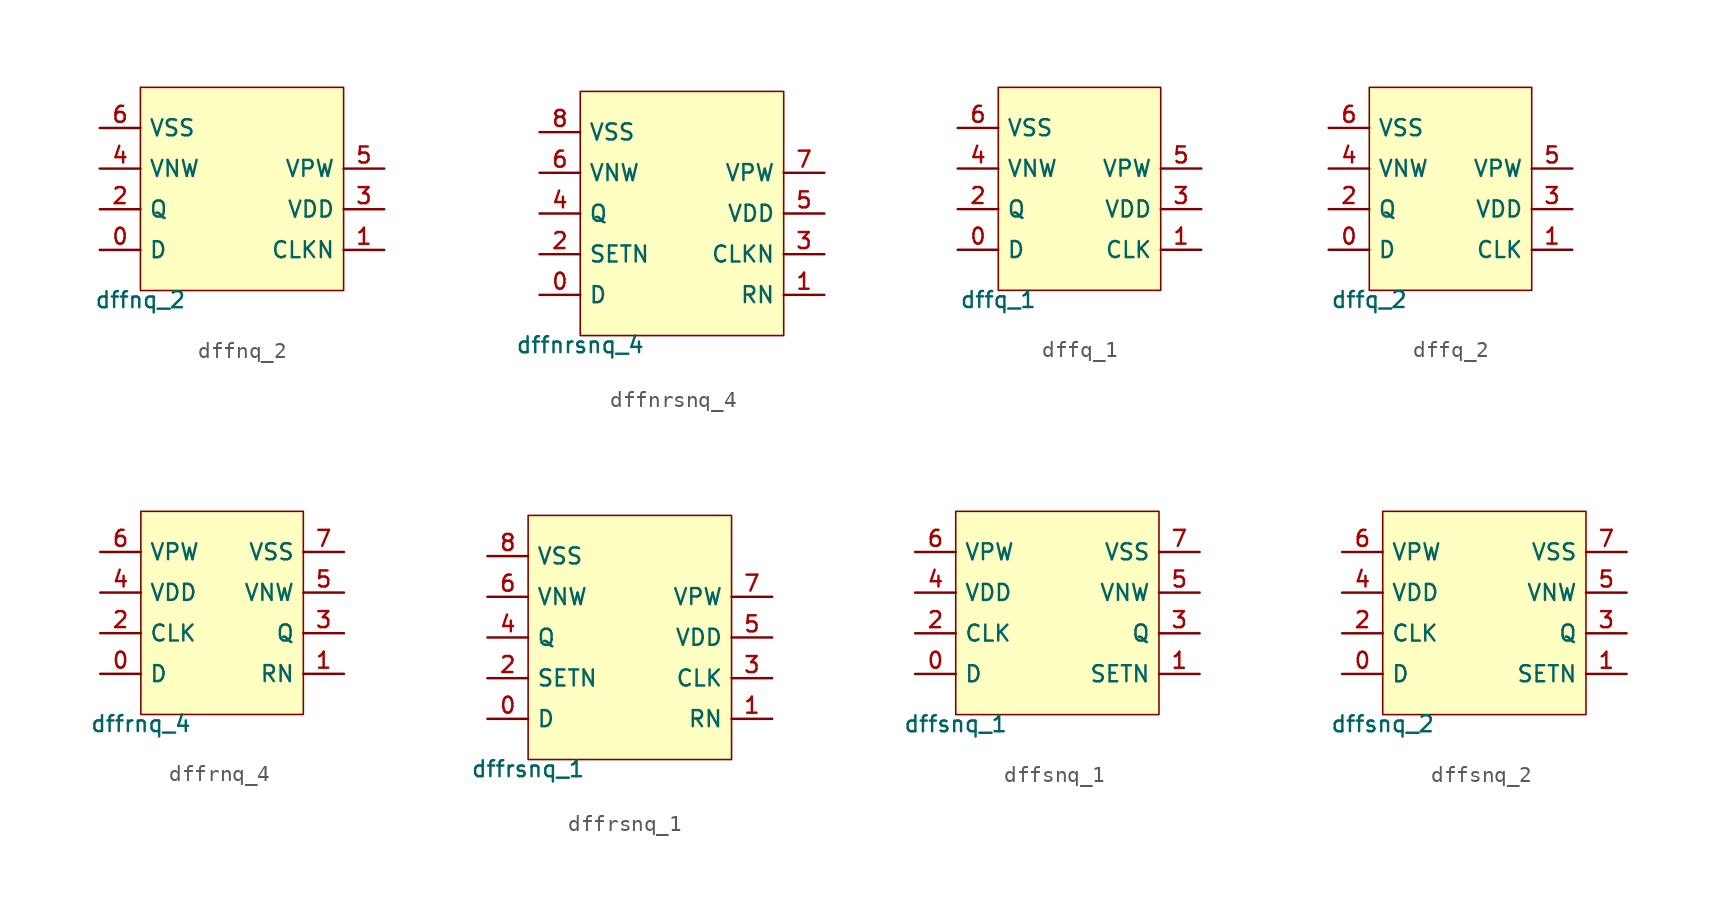
<source format=kicad_sym>
(kicad_symbol_lib
  (version 20211014)
  (generator pdk2kicad)
  (symbol "dffnq_2"
    (property "Reference" "X"
      (at 0 0 0)
      (effects (font (size 1 1)) hide))
    (property "Value" "dffnq_2"
      (at -6.35 -6.35 0)
      (effects (font (size 1 1)) (justify top)))
    (rectangle
      (start -6.35 -6.35)
      (end 6.35 6.35)
      (stroke (width 0.1) (type solid) (color 0 0 0 0))
      (fill (type background)))
    (pin bidirectional line
      (at -8.89 -3.81 0)
      (length 2.54)
      (name "D" (effects (font (size 1 1)) hide))
      (number "0" (effects (font (size 1 1)) hide)))
    (pin bidirectional line
      (at 8.89 -3.81 180)
      (length 2.54)
      (name "CLKN" (effects (font (size 1 1)) hide))
      (number "1" (effects (font (size 1 1)) hide)))
    (pin bidirectional line
      (at -8.89 -1.27 0)
      (length 2.54)
      (name "Q" (effects (font (size 1 1)) hide))
      (number "2" (effects (font (size 1 1)) hide)))
    (pin bidirectional line
      (at 8.89 -1.27 180)
      (length 2.54)
      (name "VDD" (effects (font (size 1 1)) hide))
      (number "3" (effects (font (size 1 1)) hide)))
    (pin bidirectional line
      (at -8.89 1.27 0)
      (length 2.54)
      (name "VNW" (effects (font (size 1 1)) hide))
      (number "4" (effects (font (size 1 1)) hide)))
    (pin bidirectional line
      (at 8.89 1.27 180)
      (length 2.54)
      (name "VPW" (effects (font (size 1 1)) hide))
      (number "5" (effects (font (size 1 1)) hide)))
    (pin bidirectional line
      (at -8.89 3.81 0)
      (length 2.54)
      (name "VSS" (effects (font (size 1 1)) hide))
      (number "6" (effects (font (size 1 1)) hide))))
  (symbol "dffnrsnq_4"
    (property "Reference" "X"
      (at 0 0 0)
      (effects (font (size 1 1)) hide))
    (property "Value" "dffnrsnq_4"
      (at -6.35 -7.62 0)
      (effects (font (size 1 1)) (justify top)))
    (rectangle
      (start -6.35 -7.62)
      (end 6.35 7.62)
      (stroke (width 0.1) (type solid) (color 0 0 0 0))
      (fill (type background)))
    (pin bidirectional line
      (at -8.89 -5.08 0)
      (length 2.54)
      (name "D" (effects (font (size 1 1)) hide))
      (number "0" (effects (font (size 1 1)) hide)))
    (pin bidirectional line
      (at 8.89 -5.08 180)
      (length 2.54)
      (name "RN" (effects (font (size 1 1)) hide))
      (number "1" (effects (font (size 1 1)) hide)))
    (pin bidirectional line
      (at -8.89 -2.54 0)
      (length 2.54)
      (name "SETN" (effects (font (size 1 1)) hide))
      (number "2" (effects (font (size 1 1)) hide)))
    (pin bidirectional line
      (at 8.89 -2.54 180)
      (length 2.54)
      (name "CLKN" (effects (font (size 1 1)) hide))
      (number "3" (effects (font (size 1 1)) hide)))
    (pin bidirectional line
      (at -8.89 8.881784197001252e-16 0)
      (length 2.54)
      (name "Q" (effects (font (size 1 1)) hide))
      (number "4" (effects (font (size 1 1)) hide)))
    (pin bidirectional line
      (at 8.89 8.881784197001252e-16 180)
      (length 2.54)
      (name "VDD" (effects (font (size 1 1)) hide))
      (number "5" (effects (font (size 1 1)) hide)))
    (pin bidirectional line
      (at -8.89 2.54 0)
      (length 2.54)
      (name "VNW" (effects (font (size 1 1)) hide))
      (number "6" (effects (font (size 1 1)) hide)))
    (pin bidirectional line
      (at 8.89 2.54 180)
      (length 2.54)
      (name "VPW" (effects (font (size 1 1)) hide))
      (number "7" (effects (font (size 1 1)) hide)))
    (pin bidirectional line
      (at -8.89 5.08 0)
      (length 2.54)
      (name "VSS" (effects (font (size 1 1)) hide))
      (number "8" (effects (font (size 1 1)) hide))))
  (symbol "dffq_1"
    (property "Reference" "X"
      (at 0 0 0)
      (effects (font (size 1 1)) hide))
    (property "Value" "dffq_1"
      (at -5.08 -6.35 0)
      (effects (font (size 1 1)) (justify top)))
    (rectangle
      (start -5.08 -6.35)
      (end 5.08 6.35)
      (stroke (width 0.1) (type solid) (color 0 0 0 0))
      (fill (type background)))
    (pin bidirectional line
      (at -7.62 -3.81 0)
      (length 2.54)
      (name "D" (effects (font (size 1 1)) hide))
      (number "0" (effects (font (size 1 1)) hide)))
    (pin bidirectional line
      (at 7.62 -3.81 180)
      (length 2.54)
      (name "CLK" (effects (font (size 1 1)) hide))
      (number "1" (effects (font (size 1 1)) hide)))
    (pin bidirectional line
      (at -7.62 -1.27 0)
      (length 2.54)
      (name "Q" (effects (font (size 1 1)) hide))
      (number "2" (effects (font (size 1 1)) hide)))
    (pin bidirectional line
      (at 7.62 -1.27 180)
      (length 2.54)
      (name "VDD" (effects (font (size 1 1)) hide))
      (number "3" (effects (font (size 1 1)) hide)))
    (pin bidirectional line
      (at -7.62 1.27 0)
      (length 2.54)
      (name "VNW" (effects (font (size 1 1)) hide))
      (number "4" (effects (font (size 1 1)) hide)))
    (pin bidirectional line
      (at 7.62 1.27 180)
      (length 2.54)
      (name "VPW" (effects (font (size 1 1)) hide))
      (number "5" (effects (font (size 1 1)) hide)))
    (pin bidirectional line
      (at -7.62 3.81 0)
      (length 2.54)
      (name "VSS" (effects (font (size 1 1)) hide))
      (number "6" (effects (font (size 1 1)) hide))))
  (symbol "dffq_2"
    (property "Reference" "X"
      (at 0 0 0)
      (effects (font (size 1 1)) hide))
    (property "Value" "dffq_2"
      (at -5.08 -6.35 0)
      (effects (font (size 1 1)) (justify top)))
    (rectangle
      (start -5.08 -6.35)
      (end 5.08 6.35)
      (stroke (width 0.1) (type solid) (color 0 0 0 0))
      (fill (type background)))
    (pin bidirectional line
      (at -7.62 -3.81 0)
      (length 2.54)
      (name "D" (effects (font (size 1 1)) hide))
      (number "0" (effects (font (size 1 1)) hide)))
    (pin bidirectional line
      (at 7.62 -3.81 180)
      (length 2.54)
      (name "CLK" (effects (font (size 1 1)) hide))
      (number "1" (effects (font (size 1 1)) hide)))
    (pin bidirectional line
      (at -7.62 -1.27 0)
      (length 2.54)
      (name "Q" (effects (font (size 1 1)) hide))
      (number "2" (effects (font (size 1 1)) hide)))
    (pin bidirectional line
      (at 7.62 -1.27 180)
      (length 2.54)
      (name "VDD" (effects (font (size 1 1)) hide))
      (number "3" (effects (font (size 1 1)) hide)))
    (pin bidirectional line
      (at -7.62 1.27 0)
      (length 2.54)
      (name "VNW" (effects (font (size 1 1)) hide))
      (number "4" (effects (font (size 1 1)) hide)))
    (pin bidirectional line
      (at 7.62 1.27 180)
      (length 2.54)
      (name "VPW" (effects (font (size 1 1)) hide))
      (number "5" (effects (font (size 1 1)) hide)))
    (pin bidirectional line
      (at -7.62 3.81 0)
      (length 2.54)
      (name "VSS" (effects (font (size 1 1)) hide))
      (number "6" (effects (font (size 1 1)) hide))))
  (symbol "dffrnq_4"
    (property "Reference" "X"
      (at 0 0 0)
      (effects (font (size 1 1)) hide))
    (property "Value" "dffrnq_4"
      (at -5.08 -6.35 0)
      (effects (font (size 1 1)) (justify top)))
    (rectangle
      (start -5.08 -6.35)
      (end 5.08 6.35)
      (stroke (width 0.1) (type solid) (color 0 0 0 0))
      (fill (type background)))
    (pin bidirectional line
      (at -7.62 -3.81 0)
      (length 2.54)
      (name "D" (effects (font (size 1 1)) hide))
      (number "0" (effects (font (size 1 1)) hide)))
    (pin bidirectional line
      (at 7.62 -3.81 180)
      (length 2.54)
      (name "RN" (effects (font (size 1 1)) hide))
      (number "1" (effects (font (size 1 1)) hide)))
    (pin bidirectional line
      (at -7.62 -1.27 0)
      (length 2.54)
      (name "CLK" (effects (font (size 1 1)) hide))
      (number "2" (effects (font (size 1 1)) hide)))
    (pin bidirectional line
      (at 7.62 -1.27 180)
      (length 2.54)
      (name "Q" (effects (font (size 1 1)) hide))
      (number "3" (effects (font (size 1 1)) hide)))
    (pin bidirectional line
      (at -7.62 1.27 0)
      (length 2.54)
      (name "VDD" (effects (font (size 1 1)) hide))
      (number "4" (effects (font (size 1 1)) hide)))
    (pin bidirectional line
      (at 7.62 1.27 180)
      (length 2.54)
      (name "VNW" (effects (font (size 1 1)) hide))
      (number "5" (effects (font (size 1 1)) hide)))
    (pin bidirectional line
      (at -7.62 3.81 0)
      (length 2.54)
      (name "VPW" (effects (font (size 1 1)) hide))
      (number "6" (effects (font (size 1 1)) hide)))
    (pin bidirectional line
      (at 7.62 3.81 180)
      (length 2.54)
      (name "VSS" (effects (font (size 1 1)) hide))
      (number "7" (effects (font (size 1 1)) hide))))
  (symbol "dffrsnq_1"
    (property "Reference" "X"
      (at 0 0 0)
      (effects (font (size 1 1)) hide))
    (property "Value" "dffrsnq_1"
      (at -6.35 -7.62 0)
      (effects (font (size 1 1)) (justify top)))
    (rectangle
      (start -6.35 -7.62)
      (end 6.35 7.62)
      (stroke (width 0.1) (type solid) (color 0 0 0 0))
      (fill (type background)))
    (pin bidirectional line
      (at -8.89 -5.08 0)
      (length 2.54)
      (name "D" (effects (font (size 1 1)) hide))
      (number "0" (effects (font (size 1 1)) hide)))
    (pin bidirectional line
      (at 8.89 -5.08 180)
      (length 2.54)
      (name "RN" (effects (font (size 1 1)) hide))
      (number "1" (effects (font (size 1 1)) hide)))
    (pin bidirectional line
      (at -8.89 -2.54 0)
      (length 2.54)
      (name "SETN" (effects (font (size 1 1)) hide))
      (number "2" (effects (font (size 1 1)) hide)))
    (pin bidirectional line
      (at 8.89 -2.54 180)
      (length 2.54)
      (name "CLK" (effects (font (size 1 1)) hide))
      (number "3" (effects (font (size 1 1)) hide)))
    (pin bidirectional line
      (at -8.89 8.881784197001252e-16 0)
      (length 2.54)
      (name "Q" (effects (font (size 1 1)) hide))
      (number "4" (effects (font (size 1 1)) hide)))
    (pin bidirectional line
      (at 8.89 8.881784197001252e-16 180)
      (length 2.54)
      (name "VDD" (effects (font (size 1 1)) hide))
      (number "5" (effects (font (size 1 1)) hide)))
    (pin bidirectional line
      (at -8.89 2.54 0)
      (length 2.54)
      (name "VNW" (effects (font (size 1 1)) hide))
      (number "6" (effects (font (size 1 1)) hide)))
    (pin bidirectional line
      (at 8.89 2.54 180)
      (length 2.54)
      (name "VPW" (effects (font (size 1 1)) hide))
      (number "7" (effects (font (size 1 1)) hide)))
    (pin bidirectional line
      (at -8.89 5.08 0)
      (length 2.54)
      (name "VSS" (effects (font (size 1 1)) hide))
      (number "8" (effects (font (size 1 1)) hide))))
  (symbol "dffsnq_1"
    (property "Reference" "X"
      (at 0 0 0)
      (effects (font (size 1 1)) hide))
    (property "Value" "dffsnq_1"
      (at -6.35 -6.35 0)
      (effects (font (size 1 1)) (justify top)))
    (rectangle
      (start -6.35 -6.35)
      (end 6.35 6.35)
      (stroke (width 0.1) (type solid) (color 0 0 0 0))
      (fill (type background)))
    (pin bidirectional line
      (at -8.89 -3.81 0)
      (length 2.54)
      (name "D" (effects (font (size 1 1)) hide))
      (number "0" (effects (font (size 1 1)) hide)))
    (pin bidirectional line
      (at 8.89 -3.81 180)
      (length 2.54)
      (name "SETN" (effects (font (size 1 1)) hide))
      (number "1" (effects (font (size 1 1)) hide)))
    (pin bidirectional line
      (at -8.89 -1.27 0)
      (length 2.54)
      (name "CLK" (effects (font (size 1 1)) hide))
      (number "2" (effects (font (size 1 1)) hide)))
    (pin bidirectional line
      (at 8.89 -1.27 180)
      (length 2.54)
      (name "Q" (effects (font (size 1 1)) hide))
      (number "3" (effects (font (size 1 1)) hide)))
    (pin bidirectional line
      (at -8.89 1.27 0)
      (length 2.54)
      (name "VDD" (effects (font (size 1 1)) hide))
      (number "4" (effects (font (size 1 1)) hide)))
    (pin bidirectional line
      (at 8.89 1.27 180)
      (length 2.54)
      (name "VNW" (effects (font (size 1 1)) hide))
      (number "5" (effects (font (size 1 1)) hide)))
    (pin bidirectional line
      (at -8.89 3.81 0)
      (length 2.54)
      (name "VPW" (effects (font (size 1 1)) hide))
      (number "6" (effects (font (size 1 1)) hide)))
    (pin bidirectional line
      (at 8.89 3.81 180)
      (length 2.54)
      (name "VSS" (effects (font (size 1 1)) hide))
      (number "7" (effects (font (size 1 1)) hide))))
  (symbol "dffsnq_2"
    (property "Reference" "X"
      (at 0 0 0)
      (effects (font (size 1 1)) hide))
    (property "Value" "dffsnq_2"
      (at -6.35 -6.35 0)
      (effects (font (size 1 1)) (justify top)))
    (rectangle
      (start -6.35 -6.35)
      (end 6.35 6.35)
      (stroke (width 0.1) (type solid) (color 0 0 0 0))
      (fill (type background)))
    (pin bidirectional line
      (at -8.89 -3.81 0)
      (length 2.54)
      (name "D" (effects (font (size 1 1)) hide))
      (number "0" (effects (font (size 1 1)) hide)))
    (pin bidirectional line
      (at 8.89 -3.81 180)
      (length 2.54)
      (name "SETN" (effects (font (size 1 1)) hide))
      (number "1" (effects (font (size 1 1)) hide)))
    (pin bidirectional line
      (at -8.89 -1.27 0)
      (length 2.54)
      (name "CLK" (effects (font (size 1 1)) hide))
      (number "2" (effects (font (size 1 1)) hide)))
    (pin bidirectional line
      (at 8.89 -1.27 180)
      (length 2.54)
      (name "Q" (effects (font (size 1 1)) hide))
      (number "3" (effects (font (size 1 1)) hide)))
    (pin bidirectional line
      (at -8.89 1.27 0)
      (length 2.54)
      (name "VDD" (effects (font (size 1 1)) hide))
      (number "4" (effects (font (size 1 1)) hide)))
    (pin bidirectional line
      (at 8.89 1.27 180)
      (length 2.54)
      (name "VNW" (effects (font (size 1 1)) hide))
      (number "5" (effects (font (size 1 1)) hide)))
    (pin bidirectional line
      (at -8.89 3.81 0)
      (length 2.54)
      (name "VPW" (effects (font (size 1 1)) hide))
      (number "6" (effects (font (size 1 1)) hide)))
    (pin bidirectional line
      (at 8.89 3.81 180)
      (length 2.54)
      (name "VSS" (effects (font (size 1 1)) hide))
      (number "7" (effects (font (size 1 1)) hide)))))
</source>
